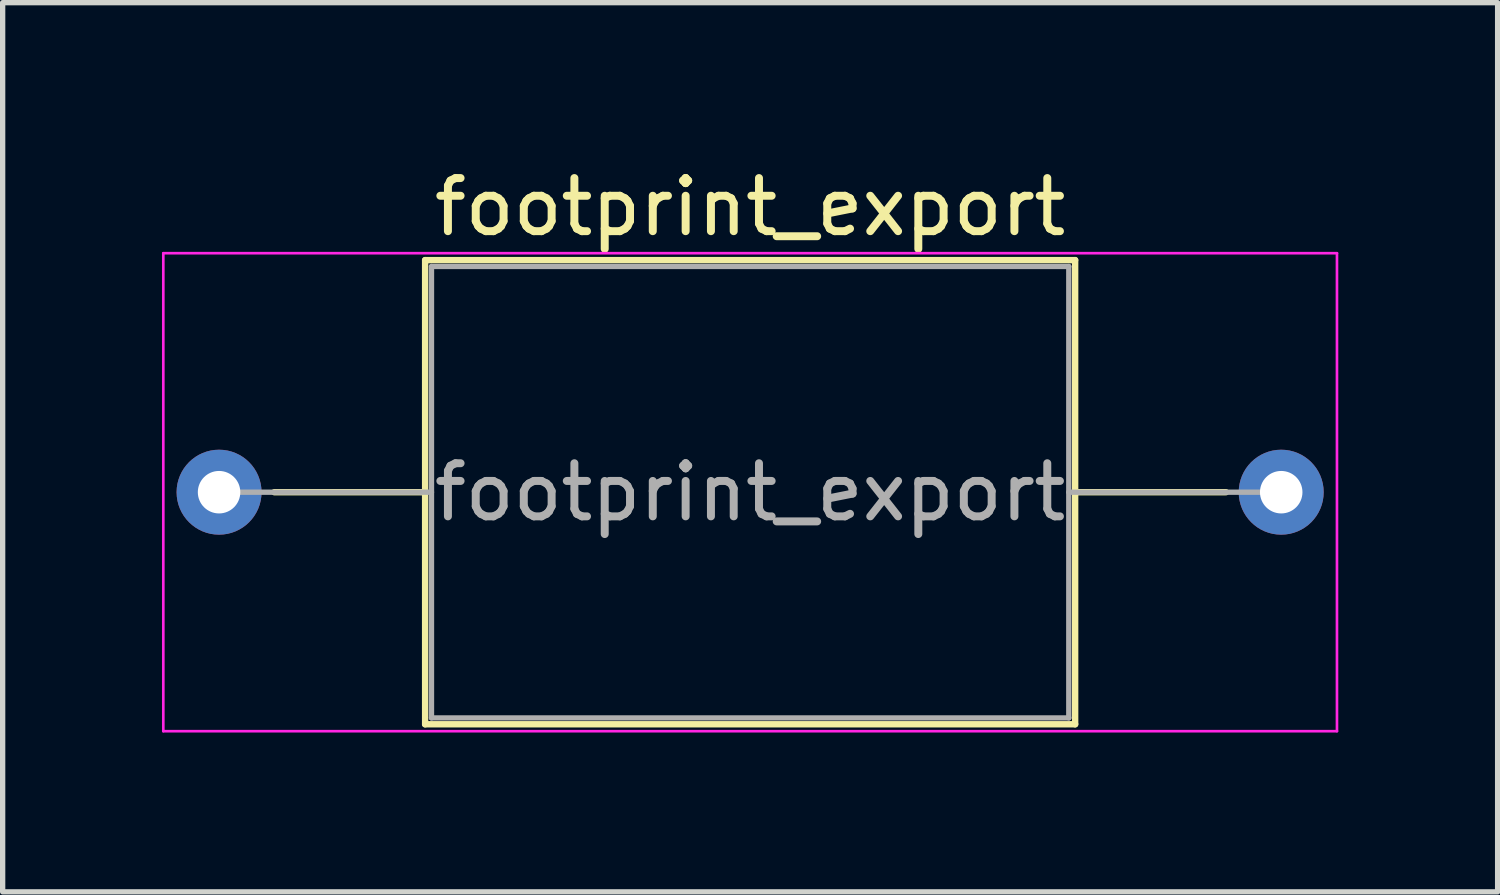
<source format=kicad_pcb>
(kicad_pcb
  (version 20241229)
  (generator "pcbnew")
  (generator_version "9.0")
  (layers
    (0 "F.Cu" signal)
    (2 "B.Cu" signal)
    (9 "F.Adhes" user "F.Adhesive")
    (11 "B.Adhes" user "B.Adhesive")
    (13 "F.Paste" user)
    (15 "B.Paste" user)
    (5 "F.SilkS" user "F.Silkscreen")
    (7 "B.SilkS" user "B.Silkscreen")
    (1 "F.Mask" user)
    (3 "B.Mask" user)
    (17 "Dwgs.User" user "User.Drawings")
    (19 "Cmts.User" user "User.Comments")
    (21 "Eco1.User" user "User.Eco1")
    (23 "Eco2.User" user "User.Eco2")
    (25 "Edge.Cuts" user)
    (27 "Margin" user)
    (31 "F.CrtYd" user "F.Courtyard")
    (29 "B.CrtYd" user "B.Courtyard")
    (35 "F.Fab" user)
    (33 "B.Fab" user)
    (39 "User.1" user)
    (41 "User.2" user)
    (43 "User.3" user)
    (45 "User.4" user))
  (footprint "footprint_export"
    (layer "F.Cu")
    (at 1.075 6.218)
    (property "Reference" "footprint_export" (at 10 -5.37 0) (layer "F.SilkS") (effects (font (size 1 1) (thickness 0.15))))
    (attr through_hole)
    (fp_line (start 1.04 0) (end 3.88 0) (stroke (width 0.12) (type solid)) (layer "F.SilkS"))
    (fp_line (start 3.88 -4.37) (end 3.88 4.37) (stroke (width 0.12) (type solid)) (layer "F.SilkS"))
    (fp_line (start 3.88 4.37) (end 16.12 4.37) (stroke (width 0.12) (type solid)) (layer "F.SilkS"))
    (fp_line (start 16.12 -4.37) (end 3.88 -4.37) (stroke (width 0.12) (type solid)) (layer "F.SilkS"))
    (fp_line (start 16.12 4.37) (end 16.12 -4.37) (stroke (width 0.12) (type solid)) (layer "F.SilkS"))
    (fp_line (start 18.96 0) (end 16.12 0) (stroke (width 0.12) (type solid)) (layer "F.SilkS"))
    (fp_line (start -1.05 -4.5) (end -1.05 4.5) (stroke (width 0.05) (type solid)) (layer "F.CrtYd"))
    (fp_line (start -1.05 4.5) (end 21.05 4.5) (stroke (width 0.05) (type solid)) (layer "F.CrtYd"))
    (fp_line (start 21.05 -4.5) (end -1.05 -4.5) (stroke (width 0.05) (type solid)) (layer "F.CrtYd"))
    (fp_line (start 21.05 4.5) (end 21.05 -4.5) (stroke (width 0.05) (type solid)) (layer "F.CrtYd"))
    (fp_line (start 0 0) (end 4 0) (stroke (width 0.1) (type solid)) (layer "F.Fab"))
    (fp_line (start 4 -4.25) (end 4 4.25) (stroke (width 0.1) (type solid)) (layer "F.Fab"))
    (fp_line (start 4 4.25) (end 16 4.25) (stroke (width 0.1) (type solid)) (layer "F.Fab"))
    (fp_line (start 16 -4.25) (end 4 -4.25) (stroke (width 0.1) (type solid)) (layer "F.Fab"))
    (fp_line (start 16 4.25) (end 16 -4.25) (stroke (width 0.1) (type solid)) (layer "F.Fab"))
    (fp_line (start 20 0) (end 16 0) (stroke (width 0.1) (type solid)) (layer "F.Fab"))
    (fp_text user "${REFERENCE}" (at 10 0 0) (layer "F.Fab") (effects (font (size 1 1) (thickness 0.15))))
    (pad "1" thru_hole circle (at 0 0) (size 1.6 1.6) (drill 0.8) (layers "*.Cu" "*.Mask"))
    (pad "2" thru_hole oval (at 20 0) (size 1.6 1.6) (drill 0.8) (layers "*.Cu" "*.Mask")))
  (gr_rect
    (start -3 -3)
    (end 25.15 13.743)
    (stroke (width 0.1) (type default))
    (fill no)
    (layer "Edge.Cuts")))
</source>
